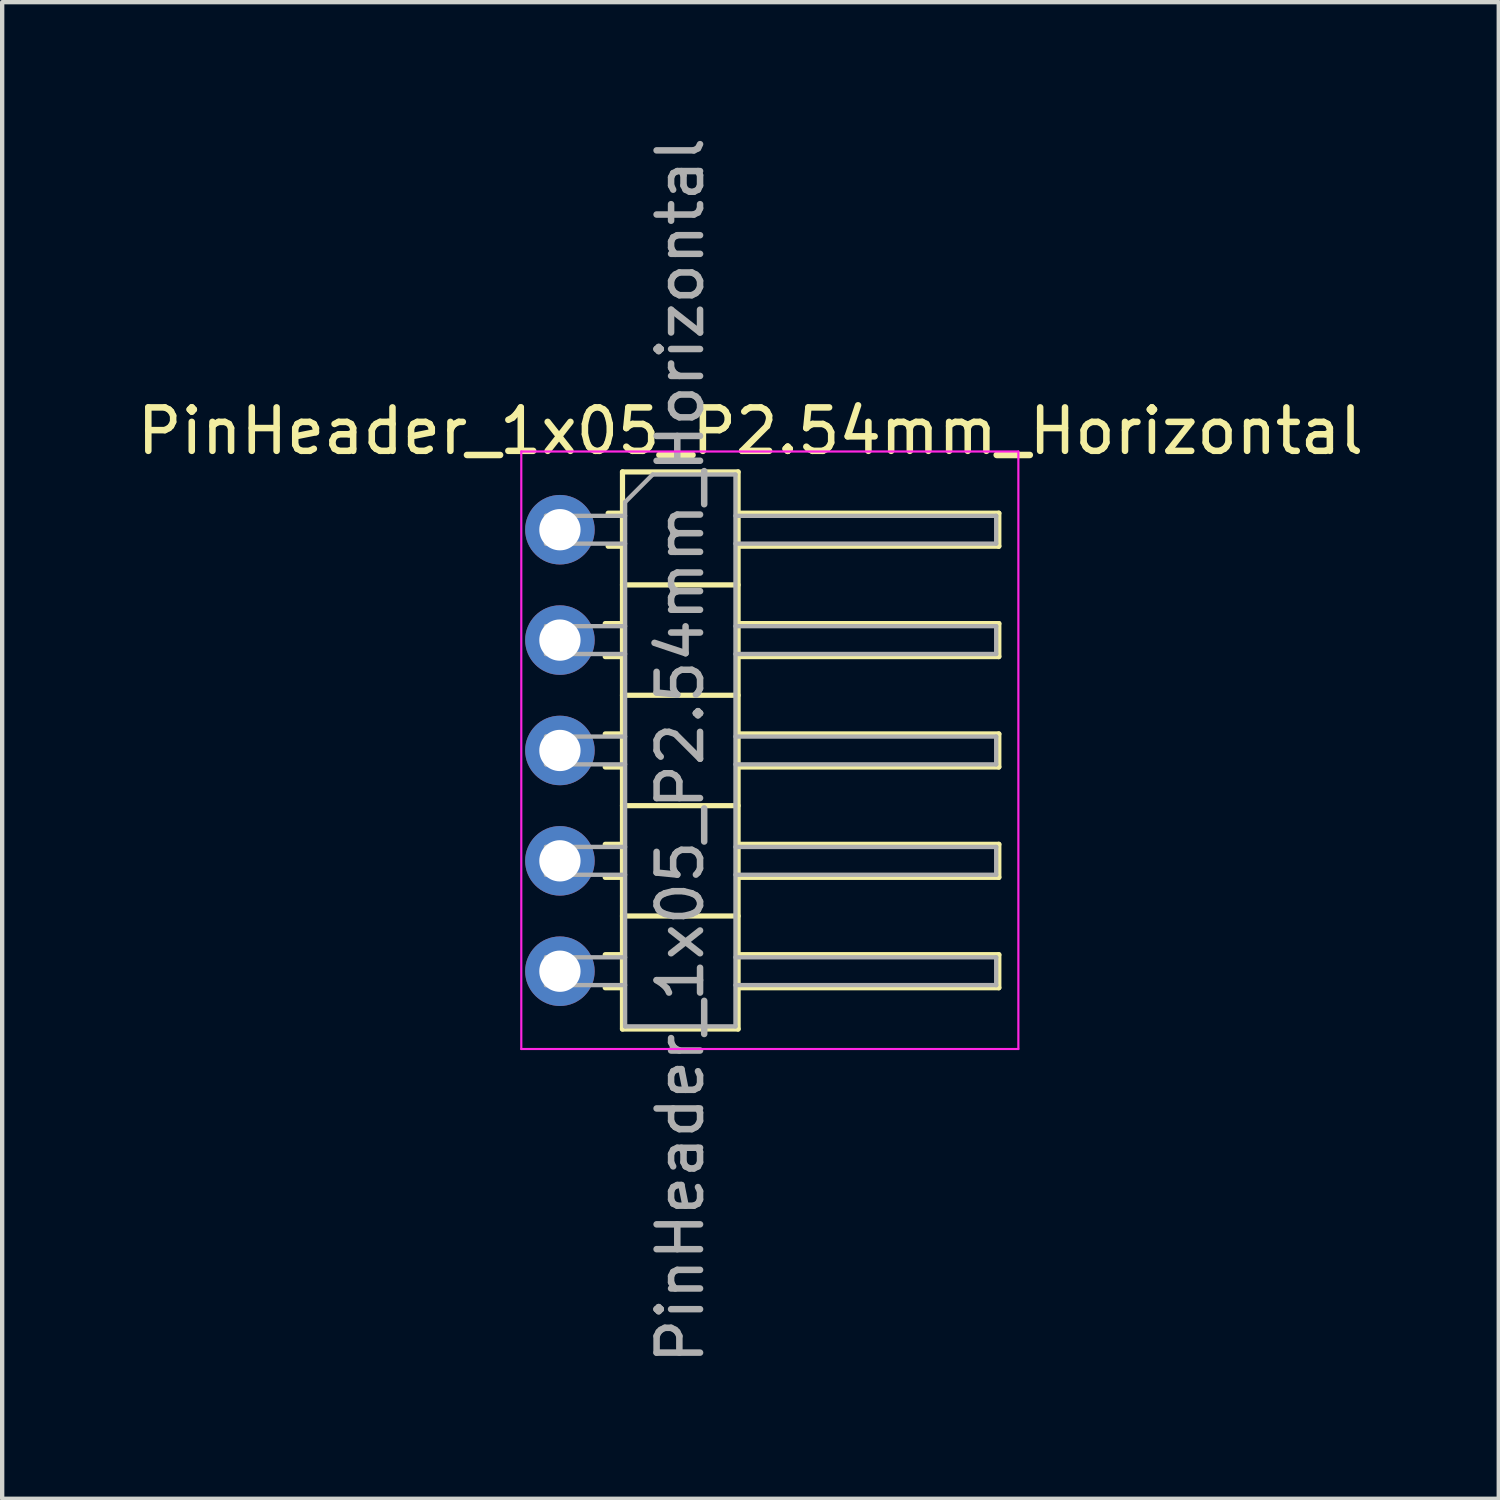
<source format=kicad_pcb>
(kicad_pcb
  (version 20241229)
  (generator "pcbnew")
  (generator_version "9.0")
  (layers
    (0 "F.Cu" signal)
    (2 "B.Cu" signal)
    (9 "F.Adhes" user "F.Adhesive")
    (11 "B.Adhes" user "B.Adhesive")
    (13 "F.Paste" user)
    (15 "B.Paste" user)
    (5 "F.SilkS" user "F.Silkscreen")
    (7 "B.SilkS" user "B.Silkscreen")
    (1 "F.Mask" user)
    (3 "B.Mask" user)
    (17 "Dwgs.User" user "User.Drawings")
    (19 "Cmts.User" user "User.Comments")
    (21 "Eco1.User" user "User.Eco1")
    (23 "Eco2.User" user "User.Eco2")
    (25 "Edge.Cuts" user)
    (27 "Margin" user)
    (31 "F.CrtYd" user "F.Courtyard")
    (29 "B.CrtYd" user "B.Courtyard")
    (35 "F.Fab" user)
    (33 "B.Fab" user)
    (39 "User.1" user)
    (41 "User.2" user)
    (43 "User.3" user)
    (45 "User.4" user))
  (footprint "PinHeader_1x05_P2.54mm_Horizontal"
    (layer "F.Cu")
    (at 9.835 9.14)
    (property "Reference" "PinHeader_1x05_P2.54mm_Horizontal" (at 4.385 -2.27 0) (layer "F.SilkS") (effects (font (size 1 1) (thickness 0.15))))
    (attr through_hole)
    (fp_line (start 1.043 2.16) (end 1.44 2.16) (stroke (width 0.12) (type solid)) (layer "F.SilkS"))
    (fp_line (start 1.043 2.92) (end 1.44 2.92) (stroke (width 0.12) (type solid)) (layer "F.SilkS"))
    (fp_line (start 1.043 4.7) (end 1.44 4.7) (stroke (width 0.12) (type solid)) (layer "F.SilkS"))
    (fp_line (start 1.043 5.46) (end 1.44 5.46) (stroke (width 0.12) (type solid)) (layer "F.SilkS"))
    (fp_line (start 1.043 7.24) (end 1.44 7.24) (stroke (width 0.12) (type solid)) (layer "F.SilkS"))
    (fp_line (start 1.043 8) (end 1.44 8) (stroke (width 0.12) (type solid)) (layer "F.SilkS"))
    (fp_line (start 1.043 9.78) (end 1.44 9.78) (stroke (width 0.12) (type solid)) (layer "F.SilkS"))
    (fp_line (start 1.043 10.54) (end 1.44 10.54) (stroke (width 0.12) (type solid)) (layer "F.SilkS"))
    (fp_line (start 1.11 -0.38) (end 1.44 -0.38) (stroke (width 0.12) (type solid)) (layer "F.SilkS"))
    (fp_line (start 1.11 0.38) (end 1.44 0.38) (stroke (width 0.12) (type solid)) (layer "F.SilkS"))
    (fp_line (start 1.44 -1.33) (end 1.44 11.49) (stroke (width 0.12) (type solid)) (layer "F.SilkS"))
    (fp_line (start 1.44 1.27) (end 4.1 1.27) (stroke (width 0.12) (type solid)) (layer "F.SilkS"))
    (fp_line (start 1.44 3.81) (end 4.1 3.81) (stroke (width 0.12) (type solid)) (layer "F.SilkS"))
    (fp_line (start 1.44 6.35) (end 4.1 6.35) (stroke (width 0.12) (type solid)) (layer "F.SilkS"))
    (fp_line (start 1.44 8.89) (end 4.1 8.89) (stroke (width 0.12) (type solid)) (layer "F.SilkS"))
    (fp_line (start 1.44 11.49) (end 4.1 11.49) (stroke (width 0.12) (type solid)) (layer "F.SilkS"))
    (fp_line (start 4.1 -1.33) (end 1.44 -1.33) (stroke (width 0.12) (type solid)) (layer "F.SilkS"))
    (fp_line (start 4.1 -0.38) (end 10.1 -0.38) (stroke (width 0.12) (type solid)) (layer "F.SilkS"))
    (fp_line (start 4.1 2.16) (end 10.1 2.16) (stroke (width 0.12) (type solid)) (layer "F.SilkS"))
    (fp_line (start 4.1 4.7) (end 10.1 4.7) (stroke (width 0.12) (type solid)) (layer "F.SilkS"))
    (fp_line (start 4.1 7.24) (end 10.1 7.24) (stroke (width 0.12) (type solid)) (layer "F.SilkS"))
    (fp_line (start 4.1 9.78) (end 10.1 9.78) (stroke (width 0.12) (type solid)) (layer "F.SilkS"))
    (fp_line (start 4.1 11.49) (end 4.1 -1.33) (stroke (width 0.12) (type solid)) (layer "F.SilkS"))
    (fp_line (start 10.1 -0.38) (end 10.1 0.38) (stroke (width 0.12) (type solid)) (layer "F.SilkS"))
    (fp_line (start 10.1 0.38) (end 4.1 0.38) (stroke (width 0.12) (type solid)) (layer "F.SilkS"))
    (fp_line (start 10.1 2.16) (end 10.1 2.92) (stroke (width 0.12) (type solid)) (layer "F.SilkS"))
    (fp_line (start 10.1 2.92) (end 4.1 2.92) (stroke (width 0.12) (type solid)) (layer "F.SilkS"))
    (fp_line (start 10.1 4.7) (end 10.1 5.46) (stroke (width 0.12) (type solid)) (layer "F.SilkS"))
    (fp_line (start 10.1 5.46) (end 4.1 5.46) (stroke (width 0.12) (type solid)) (layer "F.SilkS"))
    (fp_line (start 10.1 7.24) (end 10.1 8) (stroke (width 0.12) (type solid)) (layer "F.SilkS"))
    (fp_line (start 10.1 8) (end 4.1 8) (stroke (width 0.12) (type solid)) (layer "F.SilkS"))
    (fp_line (start 10.1 9.78) (end 10.1 10.54) (stroke (width 0.12) (type solid)) (layer "F.SilkS"))
    (fp_line (start 10.1 10.54) (end 4.1 10.54) (stroke (width 0.12) (type solid)) (layer "F.SilkS"))
    (fp_line (start -0.889 -1.8) (end -0.889 11.95) (stroke (width 0.05) (type solid)) (layer "F.CrtYd"))
    (fp_line (start -0.889 11.95) (end 10.55 11.95) (stroke (width 0.05) (type solid)) (layer "F.CrtYd"))
    (fp_line (start 10.55 -1.8) (end -0.889 -1.8) (stroke (width 0.05) (type solid)) (layer "F.CrtYd"))
    (fp_line (start 10.55 11.95) (end 10.55 -1.8) (stroke (width 0.05) (type solid)) (layer "F.CrtYd"))
    (fp_line (start -0.32 -0.32) (end -0.32 0.32) (stroke (width 0.1) (type solid)) (layer "F.Fab"))
    (fp_line (start -0.32 -0.32) (end 1.5 -0.32) (stroke (width 0.1) (type solid)) (layer "F.Fab"))
    (fp_line (start -0.32 0.32) (end 1.5 0.32) (stroke (width 0.1) (type solid)) (layer "F.Fab"))
    (fp_line (start -0.32 2.22) (end -0.32 2.86) (stroke (width 0.1) (type solid)) (layer "F.Fab"))
    (fp_line (start -0.32 2.22) (end 1.5 2.22) (stroke (width 0.1) (type solid)) (layer "F.Fab"))
    (fp_line (start -0.32 2.86) (end 1.5 2.86) (stroke (width 0.1) (type solid)) (layer "F.Fab"))
    (fp_line (start -0.32 4.76) (end -0.32 5.4) (stroke (width 0.1) (type solid)) (layer "F.Fab"))
    (fp_line (start -0.32 4.76) (end 1.5 4.76) (stroke (width 0.1) (type solid)) (layer "F.Fab"))
    (fp_line (start -0.32 5.4) (end 1.5 5.4) (stroke (width 0.1) (type solid)) (layer "F.Fab"))
    (fp_line (start -0.32 7.3) (end -0.32 7.94) (stroke (width 0.1) (type solid)) (layer "F.Fab"))
    (fp_line (start -0.32 7.3) (end 1.5 7.3) (stroke (width 0.1) (type solid)) (layer "F.Fab"))
    (fp_line (start -0.32 7.94) (end 1.5 7.94) (stroke (width 0.1) (type solid)) (layer "F.Fab"))
    (fp_line (start -0.32 9.84) (end -0.32 10.48) (stroke (width 0.1) (type solid)) (layer "F.Fab"))
    (fp_line (start -0.32 9.84) (end 1.5 9.84) (stroke (width 0.1) (type solid)) (layer "F.Fab"))
    (fp_line (start -0.32 10.48) (end 1.5 10.48) (stroke (width 0.1) (type solid)) (layer "F.Fab"))
    (fp_line (start 1.5 -0.635) (end 2.135 -1.27) (stroke (width 0.1) (type solid)) (layer "F.Fab"))
    (fp_line (start 1.5 11.43) (end 1.5 -0.635) (stroke (width 0.1) (type solid)) (layer "F.Fab"))
    (fp_line (start 2.135 -1.27) (end 4.04 -1.27) (stroke (width 0.1) (type solid)) (layer "F.Fab"))
    (fp_line (start 4.04 -1.27) (end 4.04 11.43) (stroke (width 0.1) (type solid)) (layer "F.Fab"))
    (fp_line (start 4.04 -0.32) (end 10.04 -0.32) (stroke (width 0.1) (type solid)) (layer "F.Fab"))
    (fp_line (start 4.04 0.32) (end 10.04 0.32) (stroke (width 0.1) (type solid)) (layer "F.Fab"))
    (fp_line (start 4.04 2.22) (end 10.04 2.22) (stroke (width 0.1) (type solid)) (layer "F.Fab"))
    (fp_line (start 4.04 2.86) (end 10.04 2.86) (stroke (width 0.1) (type solid)) (layer "F.Fab"))
    (fp_line (start 4.04 4.76) (end 10.04 4.76) (stroke (width 0.1) (type solid)) (layer "F.Fab"))
    (fp_line (start 4.04 5.4) (end 10.04 5.4) (stroke (width 0.1) (type solid)) (layer "F.Fab"))
    (fp_line (start 4.04 7.3) (end 10.04 7.3) (stroke (width 0.1) (type solid)) (layer "F.Fab"))
    (fp_line (start 4.04 7.94) (end 10.04 7.94) (stroke (width 0.1) (type solid)) (layer "F.Fab"))
    (fp_line (start 4.04 9.84) (end 10.04 9.84) (stroke (width 0.1) (type solid)) (layer "F.Fab"))
    (fp_line (start 4.04 10.48) (end 10.04 10.48) (stroke (width 0.1) (type solid)) (layer "F.Fab"))
    (fp_line (start 4.04 11.43) (end 1.5 11.43) (stroke (width 0.1) (type solid)) (layer "F.Fab"))
    (fp_line (start 10.04 -0.32) (end 10.04 0.32) (stroke (width 0.1) (type solid)) (layer "F.Fab"))
    (fp_line (start 10.04 2.22) (end 10.04 2.86) (stroke (width 0.1) (type solid)) (layer "F.Fab"))
    (fp_line (start 10.04 4.76) (end 10.04 5.4) (stroke (width 0.1) (type solid)) (layer "F.Fab"))
    (fp_line (start 10.04 7.3) (end 10.04 7.94) (stroke (width 0.1) (type solid)) (layer "F.Fab"))
    (fp_line (start 10.04 9.84) (end 10.04 10.48) (stroke (width 0.1) (type solid)) (layer "F.Fab"))
    (fp_text user "${REFERENCE}" (at 2.77 5.08 90) (layer "F.Fab") (effects (font (size 1 1) (thickness 0.15))))
    (pad "1" thru_hole circle (at 0 0) (size 1.6 1.6) (drill 0.95) (layers "*.Cu" "*.Mask"))
    (pad "2" thru_hole circle (at 0 2.54) (size 1.6 1.6) (drill 0.95) (layers "*.Cu" "*.Mask"))
    (pad "3" thru_hole circle (at 0 5.08) (size 1.6 1.6) (drill 0.95) (layers "*.Cu" "*.Mask"))
    (pad "4" thru_hole circle (at 0 7.62) (size 1.6 1.6) (drill 0.95) (layers "*.Cu" "*.Mask"))
    (pad "5" thru_hole circle (at 0 10.16) (size 1.6 1.6) (drill 0.95) (layers "*.Cu" "*.Mask")))
  (gr_rect
    (start -3 -3)
    (end 31.44 31.44)
    (stroke (width 0.1) (type default))
    (fill no)
    (layer "Edge.Cuts")))
</source>
